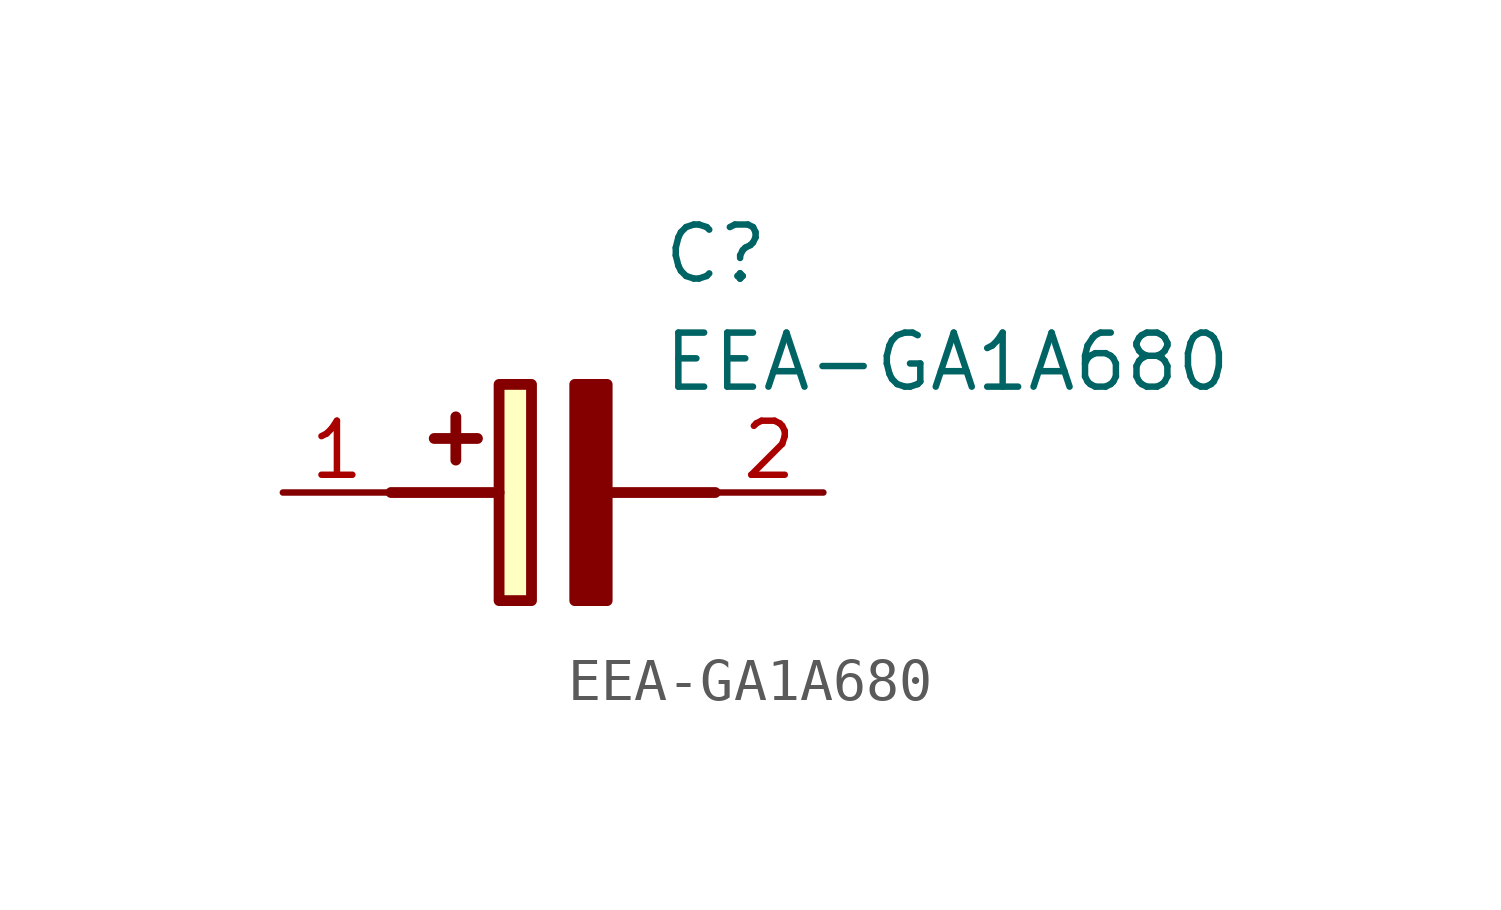
<source format=kicad_sym>
(kicad_symbol_lib
  (version 20211014)
  (generator SamacSys_ECAD_Model)
  (symbol "EEA-GA1A680"
    (pin_names hide)
    (property "Reference" "C"
      (at 8.89 6.35 0)
      (effects (font (size 1.27 1.27)) (justify left top)))
    (property "Value" "EEA-GA1A680"
      (at 8.89 3.81 0)
      (effects (font (size 1.27 1.27)) (justify left top)))
    (rectangle
      (start 5.08 2.54)
      (end 5.842 -2.54)
      (stroke (width 0.254) (type default))
      (fill (type background)))
    (polyline
      (pts (xy 4.572 1.27) (xy 3.556 1.27))
      (stroke (width 0.254) (type default))
      (fill (type none)))
    (polyline
      (pts (xy 4.064 1.778) (xy 4.064 0.762))
      (stroke (width 0.254) (type default))
      (fill (type none)))
    (polyline
      (pts (xy 2.54 0) (xy 5.08 0))
      (stroke (width 0.254) (type default))
      (fill (type none)))
    (polyline
      (pts (xy 7.62 0) (xy 10.16 0))
      (stroke (width 0.254) (type default))
      (fill (type none)))
    (polyline
      (pts (xy 7.62 2.54) (xy 7.62 -2.54) (xy 6.858 -2.54) (xy 6.858 2.54) (xy 7.62 2.54))
      (stroke (width 0.254) (type default))
      (fill (type outline)))
    (pin passive line
      (at 0 0 0)
      (length 2.54)
      (name "+" (effects (font (size 1.27 1.27))))
      (number "1" (effects (font (size 1.27 1.27)))))
    (pin passive line
      (at 12.7 0 180)
      (length 2.54)
      (name "-" (effects (font (size 1.27 1.27))))
      (number "2" (effects (font (size 1.27 1.27)))))))
</source>
